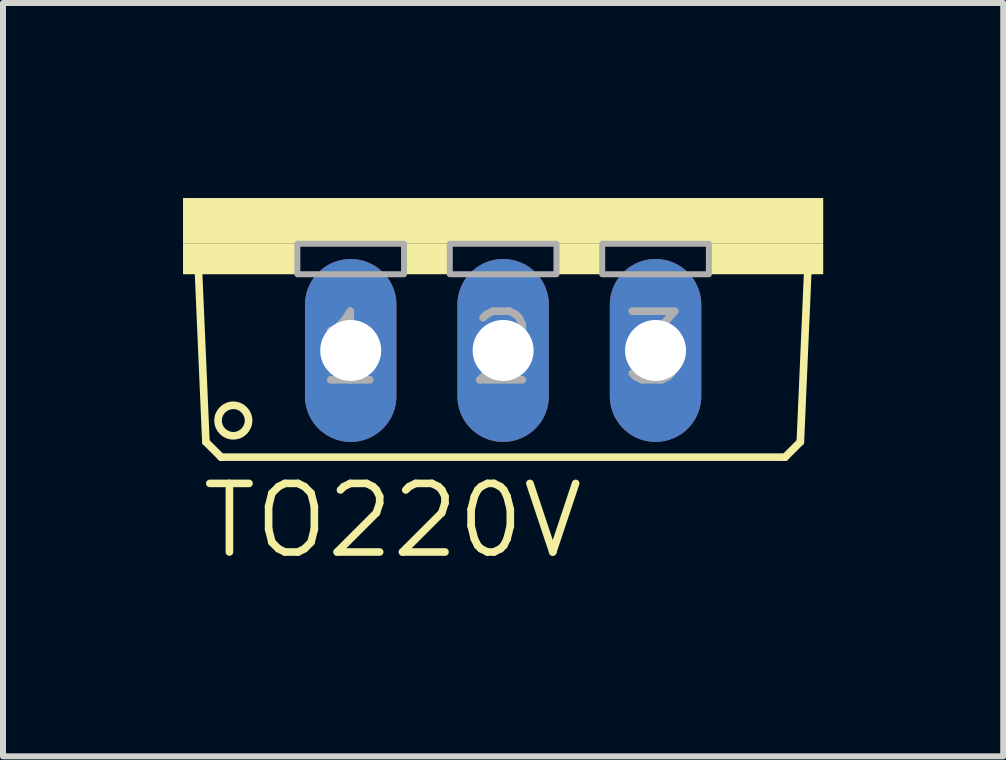
<source format=kicad_pcb>
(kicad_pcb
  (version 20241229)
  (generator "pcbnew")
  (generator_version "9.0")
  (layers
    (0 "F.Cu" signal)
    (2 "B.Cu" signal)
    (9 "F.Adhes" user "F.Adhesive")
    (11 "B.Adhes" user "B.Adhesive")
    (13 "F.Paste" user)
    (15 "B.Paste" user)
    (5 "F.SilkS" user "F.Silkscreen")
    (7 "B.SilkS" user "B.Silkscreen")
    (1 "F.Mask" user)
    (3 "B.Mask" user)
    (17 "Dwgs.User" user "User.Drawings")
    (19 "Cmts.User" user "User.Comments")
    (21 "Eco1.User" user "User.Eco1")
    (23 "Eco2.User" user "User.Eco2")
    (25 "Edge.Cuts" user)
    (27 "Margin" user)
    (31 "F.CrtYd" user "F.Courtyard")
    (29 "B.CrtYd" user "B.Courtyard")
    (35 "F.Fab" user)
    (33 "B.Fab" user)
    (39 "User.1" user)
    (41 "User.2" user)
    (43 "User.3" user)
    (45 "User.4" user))
  (footprint "TO220V"
    (layer "F.Cu")
    (at 5.334 0.25)
    (property "Reference" "TO220V" (at -5.08 6.045 0) (layer "F.SilkS") (effects (font (size 1.143 1.143) (thickness 0.127)) (justify left bottom)))
    (fp_line (start -4.953 4.064) (end -5.08 1.143) (stroke (width 0.127) (type solid)) (layer "F.SilkS"))
    (fp_line (start -4.953 4.064) (end -4.699 4.318) (stroke (width 0.127) (type solid)) (layer "F.SilkS"))
    (fp_line (start 4.699 4.318) (end -4.699 4.318) (stroke (width 0.127) (type solid)) (layer "F.SilkS"))
    (fp_line (start 4.699 4.318) (end 4.953 4.064) (stroke (width 0.127) (type solid)) (layer "F.SilkS"))
    (fp_line (start 5.08 1.143) (end 4.953 4.064) (stroke (width 0.127) (type solid)) (layer "F.SilkS"))
    (fp_circle (center -4.496 3.708) (end -4.242 3.708) (stroke (width 0.127) (type solid)) (fill no) (layer "F.SilkS"))
    (fp_poly (pts (xy -5.334 0.762) (xy 5.334 0.762) (xy 5.334 0) (xy -5.334 0)) (stroke (width 0) (type solid)) (fill yes) (layer "F.SilkS"))
    (fp_poly (pts (xy -5.334 1.27) (xy -3.429 1.27) (xy -3.429 0.762) (xy -5.334 0.762)) (stroke (width 0) (type solid)) (fill yes) (layer "F.SilkS"))
    (fp_poly (pts (xy -1.651 1.27) (xy -0.889 1.27) (xy -0.889 0.762) (xy -1.651 0.762)) (stroke (width 0) (type solid)) (fill yes) (layer "F.SilkS"))
    (fp_poly (pts (xy 0.889 1.27) (xy 1.651 1.27) (xy 1.651 0.762) (xy 0.889 0.762)) (stroke (width 0) (type solid)) (fill yes) (layer "F.SilkS"))
    (fp_poly (pts (xy 3.429 1.27) (xy 5.334 1.27) (xy 5.334 0.762) (xy 3.429 0.762)) (stroke (width 0) (type solid)) (fill yes) (layer "F.SilkS"))
    (fp_poly (pts (xy -3.429 1.27) (xy -1.651 1.27) (xy -1.651 0.762) (xy -3.429 0.762)) (stroke (width 0.1) (type solid)) (fill no) (layer "F.Fab"))
    (fp_poly (pts (xy -0.889 1.27) (xy 0.889 1.27) (xy 0.889 0.762) (xy -0.889 0.762)) (stroke (width 0.1) (type solid)) (fill no) (layer "F.Fab"))
    (fp_poly (pts (xy 1.651 1.27) (xy 3.429 1.27) (xy 3.429 0.762) (xy 1.651 0.762)) (stroke (width 0.1) (type solid)) (fill no) (layer "F.Fab"))
    (fp_text user "3" (at 1.905 3.175 0) (layer "F.Fab") (effects (font (size 1.143 1.143) (thickness 0.127)) (justify left bottom)))
    (fp_text user "1" (at -3.175 3.175 0) (layer "F.Fab") (effects (font (size 1.143 1.143) (thickness 0.127)) (justify left bottom)))
    (fp_text user "2" (at -0.635 3.175 0) (layer "F.Fab") (effects (font (size 1.143 1.143) (thickness 0.127)) (justify left bottom)))
    (pad "1" thru_hole oval (at -2.54 2.54 90) (size 3.048 1.524) (drill 1.016) (layers "*.Cu" "*.Mask"))
    (pad "2" thru_hole oval (at 0 2.54 90) (size 3.048 1.524) (drill 1.016) (layers "*.Cu" "*.Mask"))
    (pad "3" thru_hole oval (at 2.54 2.54 90) (size 3.048 1.524) (drill 1.016) (layers "*.Cu" "*.Mask")))
  (gr_rect
    (start -3 -3)
    (end 13.668 9.554)
    (stroke (width 0.1) (type default))
    (fill no)
    (layer "Edge.Cuts")))
</source>
